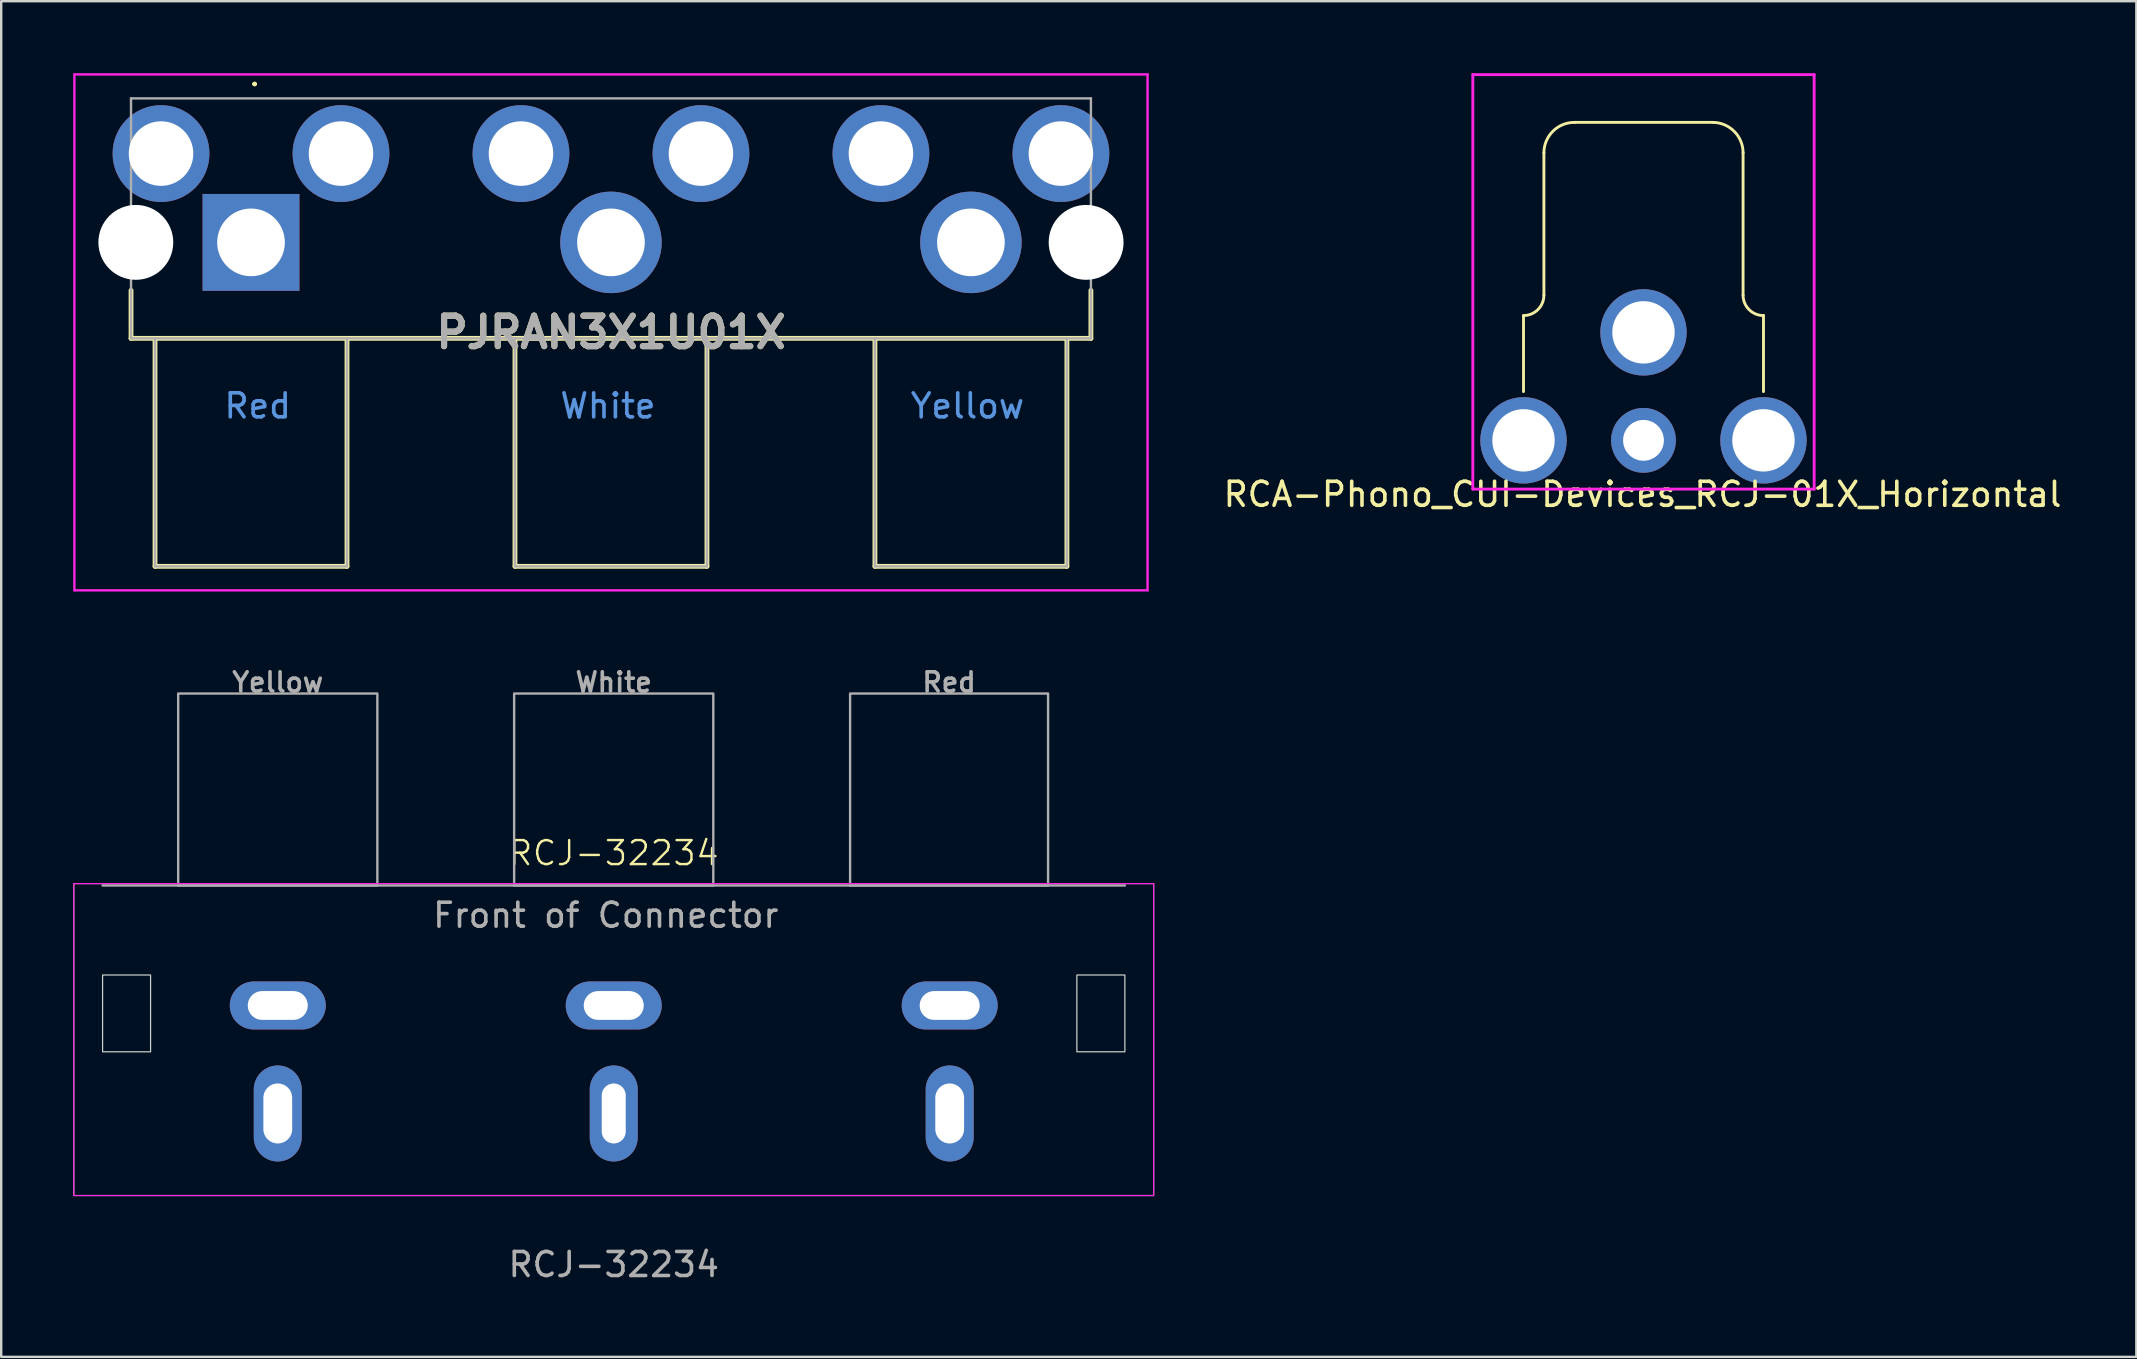
<source format=kicad_pcb>
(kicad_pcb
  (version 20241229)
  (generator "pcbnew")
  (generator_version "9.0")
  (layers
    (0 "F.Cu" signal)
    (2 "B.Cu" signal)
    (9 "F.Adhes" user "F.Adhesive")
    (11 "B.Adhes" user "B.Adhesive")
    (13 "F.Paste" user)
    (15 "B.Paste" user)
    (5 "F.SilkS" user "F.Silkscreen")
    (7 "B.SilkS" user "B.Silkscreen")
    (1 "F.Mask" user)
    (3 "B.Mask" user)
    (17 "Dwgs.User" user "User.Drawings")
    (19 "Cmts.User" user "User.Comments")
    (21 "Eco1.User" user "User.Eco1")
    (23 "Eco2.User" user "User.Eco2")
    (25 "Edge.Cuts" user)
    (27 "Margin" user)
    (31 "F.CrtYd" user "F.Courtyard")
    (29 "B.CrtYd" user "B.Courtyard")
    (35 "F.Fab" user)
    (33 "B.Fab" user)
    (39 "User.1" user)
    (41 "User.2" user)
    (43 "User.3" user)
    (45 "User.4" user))
  (footprint "PJRAN3X1U01X"
    (layer "F.Cu")
    (at 7.41 7.05)
    (property "Reference" "PJRAN3X1U01X" (at 15 3.75 0) (layer "F.SilkS") (effects (font (size 1.27 1.27) (thickness 0.254))))
    (attr through_hole)
    (fp_line (start -5 2) (end -5 4) (stroke (width 0.2) (type solid)) (layer "F.SilkS"))
    (fp_line (start -5 4) (end 35 4) (stroke (width 0.2) (type solid)) (layer "F.SilkS"))
    (fp_line (start -4 4) (end -4 13.5) (stroke (width 0.2) (type solid)) (layer "F.SilkS"))
    (fp_line (start -4 13.5) (end 4 13.5) (stroke (width 0.2) (type solid)) (layer "F.SilkS"))
    (fp_line (start 0.1 -6.6) (end 0.1 -6.6) (stroke (width 0.1) (type solid)) (layer "F.SilkS"))
    (fp_line (start 0.2 -6.6) (end 0.2 -6.6) (stroke (width 0.1) (type solid)) (layer "F.SilkS"))
    (fp_line (start 4 13.5) (end 4 4) (stroke (width 0.2) (type solid)) (layer "F.SilkS"))
    (fp_line (start 11 4) (end 11 13.5) (stroke (width 0.2) (type solid)) (layer "F.SilkS"))
    (fp_line (start 11 13.5) (end 19 13.5) (stroke (width 0.2) (type solid)) (layer "F.SilkS"))
    (fp_line (start 19 13.5) (end 19 4) (stroke (width 0.2) (type solid)) (layer "F.SilkS"))
    (fp_line (start 26 4) (end 26 13.5) (stroke (width 0.2) (type solid)) (layer "F.SilkS"))
    (fp_line (start 26 13.5) (end 34 13.5) (stroke (width 0.2) (type solid)) (layer "F.SilkS"))
    (fp_line (start 34 13.5) (end 34 4) (stroke (width 0.2) (type solid)) (layer "F.SilkS"))
    (fp_line (start 35 4) (end 35 2) (stroke (width 0.2) (type solid)) (layer "F.SilkS"))
    (fp_arc (start 0.1 -6.6) (mid 0.15 -6.65) (end 0.2 -6.6) (stroke (width 0.1) (type solid)) (layer "F.SilkS"))
    (fp_arc (start 0.2 -6.6) (mid 0.15 -6.55) (end 0.1 -6.6) (stroke (width 0.1) (type solid)) (layer "F.SilkS"))
    (fp_line (start -7.36 -7) (end 37.36 -7) (stroke (width 0.1) (type solid)) (layer "F.CrtYd"))
    (fp_line (start -7.36 14.5) (end -7.36 -7) (stroke (width 0.1) (type solid)) (layer "F.CrtYd"))
    (fp_line (start 37.36 -7) (end 37.36 14.5) (stroke (width 0.1) (type solid)) (layer "F.CrtYd"))
    (fp_line (start 37.36 14.5) (end -7.36 14.5) (stroke (width 0.1) (type solid)) (layer "F.CrtYd"))
    (fp_line (start -5 -6) (end 35 -6) (stroke (width 0.1) (type solid)) (layer "F.Fab"))
    (fp_line (start -5 4) (end -5 -6) (stroke (width 0.1) (type solid)) (layer "F.Fab"))
    (fp_line (start -4 4) (end -4 13.5) (stroke (width 0.1) (type solid)) (layer "F.Fab"))
    (fp_line (start -4 13.5) (end 4 13.5) (stroke (width 0.1) (type solid)) (layer "F.Fab"))
    (fp_line (start 4 13.5) (end 4 4) (stroke (width 0.1) (type solid)) (layer "F.Fab"))
    (fp_line (start 11 4) (end 11 13.5) (stroke (width 0.1) (type solid)) (layer "F.Fab"))
    (fp_line (start 11 13.5) (end 19 13.5) (stroke (width 0.1) (type solid)) (layer "F.Fab"))
    (fp_line (start 19 13.5) (end 19 4) (stroke (width 0.1) (type solid)) (layer "F.Fab"))
    (fp_line (start 26 13.5) (end 26 4) (stroke (width 0.1) (type solid)) (layer "F.Fab"))
    (fp_line (start 34 4) (end 34 13.5) (stroke (width 0.1) (type solid)) (layer "F.Fab"))
    (fp_line (start 34 13.5) (end 26 13.5) (stroke (width 0.1) (type solid)) (layer "F.Fab"))
    (fp_line (start 35 -6) (end 35 4) (stroke (width 0.1) (type solid)) (layer "F.Fab"))
    (fp_line (start 35 4) (end -5 4) (stroke (width 0.1) (type solid)) (layer "F.Fab"))
    (fp_text user "White" (at 12.8 7.4 0) (unlocked yes) (layer "Cmts.User") (effects (font (size 1 1) (thickness 0.15)) (justify left bottom)))
    (fp_text user "Yellow" (at 27.4 7.4 0) (unlocked yes) (layer "Cmts.User") (effects (font (size 1 1) (thickness 0.15)) (justify left bottom)))
    (fp_text user "Red" (at -1.2 7.4 0) (unlocked yes) (layer "Cmts.User") (effects (font (size 1 1) (thickness 0.15)) (justify left bottom)))
    (fp_text user "${REFERENCE}" (at 15 3.75 0) (layer "F.Fab") (effects (font (size 1.27 1.27) (thickness 0.254))))
    (pad "" np_thru_hole circle (at -4.8 0) (size 3.12 3.12) (drill 3.12) (layers "*.Cu" "*.Mask"))
    (pad "" np_thru_hole circle (at 34.8 0) (size 3.12 3.12) (drill 3.12) (layers "*.Cu" "*.Mask"))
    (pad "A1" thru_hole rect (at 0 0) (size 4.035 4.035) (drill 2.82) (layers "*.Cu" "*.Mask"))
    (pad "A2" thru_hole circle (at -3.75 -3.7) (size 4.035 4.035) (drill 2.69) (layers "*.Cu" "*.Mask"))
    (pad "A2" thru_hole circle (at 3.75 -3.7) (size 4.035 4.035) (drill 2.69) (layers "*.Cu" "*.Mask"))
    (pad "B1" thru_hole circle (at 15 0) (size 4.23 4.23) (drill 2.82) (layers "*.Cu" "*.Mask"))
    (pad "B2" thru_hole circle (at 11.25 -3.7) (size 4.035 4.035) (drill 2.69) (layers "*.Cu" "*.Mask"))
    (pad "B2" thru_hole circle (at 18.75 -3.7) (size 4.035 4.035) (drill 2.69) (layers "*.Cu" "*.Mask"))
    (pad "C1" thru_hole circle (at 30 0) (size 4.23 4.23) (drill 2.82) (layers "*.Cu" "*.Mask"))
    (pad "C2" thru_hole circle (at 26.25 -3.7) (size 4.035 4.035) (drill 2.69) (layers "*.Cu" "*.Mask"))
    (pad "C2" thru_hole circle (at 33.75 -3.7) (size 4.035 4.035) (drill 2.69) (layers "*.Cu" "*.Mask")))
  (footprint "RCA-Phono_CUI-Devices_RCJ-01X_Horizontal"
    (layer "F.Cu")
    (at 65.437 15.3)
    (property "Reference" "RCA-Phono_CUI-Devices_RCJ-01X_Horizontal" (at -0.04 2.25 0) (layer "F.SilkS") (effects (font (size 1 1) (thickness 0.15))))
    (attr through_hole)
    (fp_line (start -5 -5.2) (end -5 -2.032) (stroke (width 0.12) (type solid)) (layer "F.SilkS"))
    (fp_line (start -4.15 -6.05) (end -4.15 -11.98) (stroke (width 0.12) (type solid)) (layer "F.SilkS"))
    (fp_line (start -2.88 -13.25) (end 2.88 -13.25) (stroke (width 0.12) (type solid)) (layer "F.SilkS"))
    (fp_line (start 4.15 -11.98) (end 4.15 -6.05) (stroke (width 0.12) (type solid)) (layer "F.SilkS"))
    (fp_line (start 5 -5.2) (end 5 -2.032) (stroke (width 0.12) (type solid)) (layer "F.SilkS"))
    (fp_arc (start -4.15 -11.98) (mid -3.778026 -12.878026) (end -2.88 -13.25) (stroke (width 0.12) (type solid)) (layer "F.SilkS"))
    (fp_arc (start -4.15 -6.05) (mid -4.398959 -5.448959) (end -5 -5.2) (stroke (width 0.12) (type solid)) (layer "F.SilkS"))
    (fp_arc (start 2.88 -13.25) (mid 3.778026 -12.878026) (end 4.15 -11.98) (stroke (width 0.12) (type solid)) (layer "F.SilkS"))
    (fp_arc (start 5 -5.2) (mid 4.398959 -5.448959) (end 4.15 -6.05) (stroke (width 0.12) (type solid)) (layer "F.SilkS"))
    (fp_line (start -7.112 -15.24) (end -7.112 2.032) (stroke (width 0.12) (type solid)) (layer "F.CrtYd"))
    (fp_line (start -7.112 2.032) (end 7.112 2.032) (stroke (width 0.12) (type solid)) (layer "F.CrtYd"))
    (fp_line (start 7.112 -15.24) (end -7.112 -15.24) (stroke (width 0.12) (type solid)) (layer "F.CrtYd"))
    (fp_line (start 7.112 2.032) (end 7.112 -15.24) (stroke (width 0.12) (type solid)) (layer "F.CrtYd"))
    (pad "1" thru_hole circle (at 0 0) (size 2.7 2.7) (drill 1.7) (layers "*.Cu" "*.Mask"))
    (pad "2" thru_hole circle (at -5 0) (size 3.6 3.6) (drill 2.6) (layers "*.Cu" "*.Mask"))
    (pad "2" thru_hole circle (at 0 -4.5) (size 3.6 3.6) (drill 2.6) (layers "*.Cu" "*.Mask"))
    (pad "2" thru_hole circle (at 5 0) (size 3.6 3.6) (drill 2.6) (layers "*.Cu" "*.Mask")))
  (footprint "RCJ-32234"
    (layer "F.Cu")
    (at 22.525 38.85)
    (property "Reference" "RCJ-32234" (at 0 -6.35 0) (unlocked yes) (layer "F.SilkS") (effects (font (size 1 1) (thickness 0.1))))
    (attr through_hole)
    (fp_rect (start -21.3 -1.27) (end -19.3 1.93) (stroke (width 0.05) (type default)) (fill no) (layer "Edge.Cuts"))
    (fp_rect (start 19.3 -1.27) (end 21.3 1.93) (stroke (width 0.05) (type default)) (fill no) (layer "Edge.Cuts"))
    (fp_rect (start -22.5 -5.08) (end 22.5 7.92) (stroke (width 0.05) (type default)) (fill no) (layer "F.CrtYd"))
    (fp_line (start -21.3 -5) (end 21.3 -5) (stroke (width 0.1) (type default)) (layer "F.Fab"))
    (fp_rect (start -22.5 -5.08) (end 22.5 7.92) (stroke (width 0.05) (type default)) (fill no) (layer "F.Fab"))
    (fp_rect (start -18.15 -13) (end -9.85 -5) (stroke (width 0.1) (type default)) (fill no) (layer "F.Fab"))
    (fp_rect (start -4.15 -13) (end 4.15 -5) (stroke (width 0.1) (type default)) (fill no) (layer "F.Fab"))
    (fp_rect (start 9.85 -13) (end 18.1 -5) (stroke (width 0.1) (type default)) (fill no) (layer "F.Fab"))
    (fp_text user "Red" (at 13.975 -13 0) (unlocked yes) (layer "F.Fab") (effects (font (size 0.8 0.8) (thickness 0.15)) (justify bottom)))
    (fp_text user "Yellow" (at -14 -13 0) (unlocked yes) (layer "F.Fab") (effects (font (size 0.8 0.8) (thickness 0.15)) (justify bottom)))
    (fp_text user "White" (at 0 -13 0) (unlocked yes) (layer "F.Fab") (effects (font (size 0.8 0.8) (thickness 0.15)) (justify bottom)))
    (fp_text user "${REFERENCE}" (at 0 10.795 0) (unlocked yes) (layer "F.Fab") (effects (font (size 1 1) (thickness 0.15))))
    (fp_text user "Front of Connector" (at -7.62 -3.175 0) (unlocked yes) (layer "F.Fab") (effects (font (size 1 1) (thickness 0.15)) (justify left bottom)))
    (pad "1" thru_hole oval (at 14 0) (size 4 2) (drill oval 2.5 1.2) (layers "*.Cu" "*.Mask"))
    (pad "2" thru_hole oval (at 14 4.5 90) (size 4 2) (drill oval 2.5 1.2) (layers "*.Cu" "*.Mask"))
    (pad "3" thru_hole oval (at 0 0) (size 4 2) (drill oval 2.5 1.2) (layers "*.Cu" "*.Mask"))
    (pad "4" thru_hole oval (at 0 4.5 90) (size 4 2) (drill oval 2.5 1) (layers "*.Cu" "*.Mask"))
    (pad "5" thru_hole oval (at -14 0) (size 4 2) (drill oval 2.5 1.2) (layers "*.Cu" "*.Mask"))
    (pad "6" thru_hole oval (at -14 4.5 90) (size 4 2) (drill oval 2.5 1.2) (layers "*.Cu" "*.Mask")))
  (gr_rect
    (start -3 -3)
    (end 85.975 53.493)
    (stroke (width 0.1) (type default))
    (fill no)
    (layer "Edge.Cuts")))
</source>
